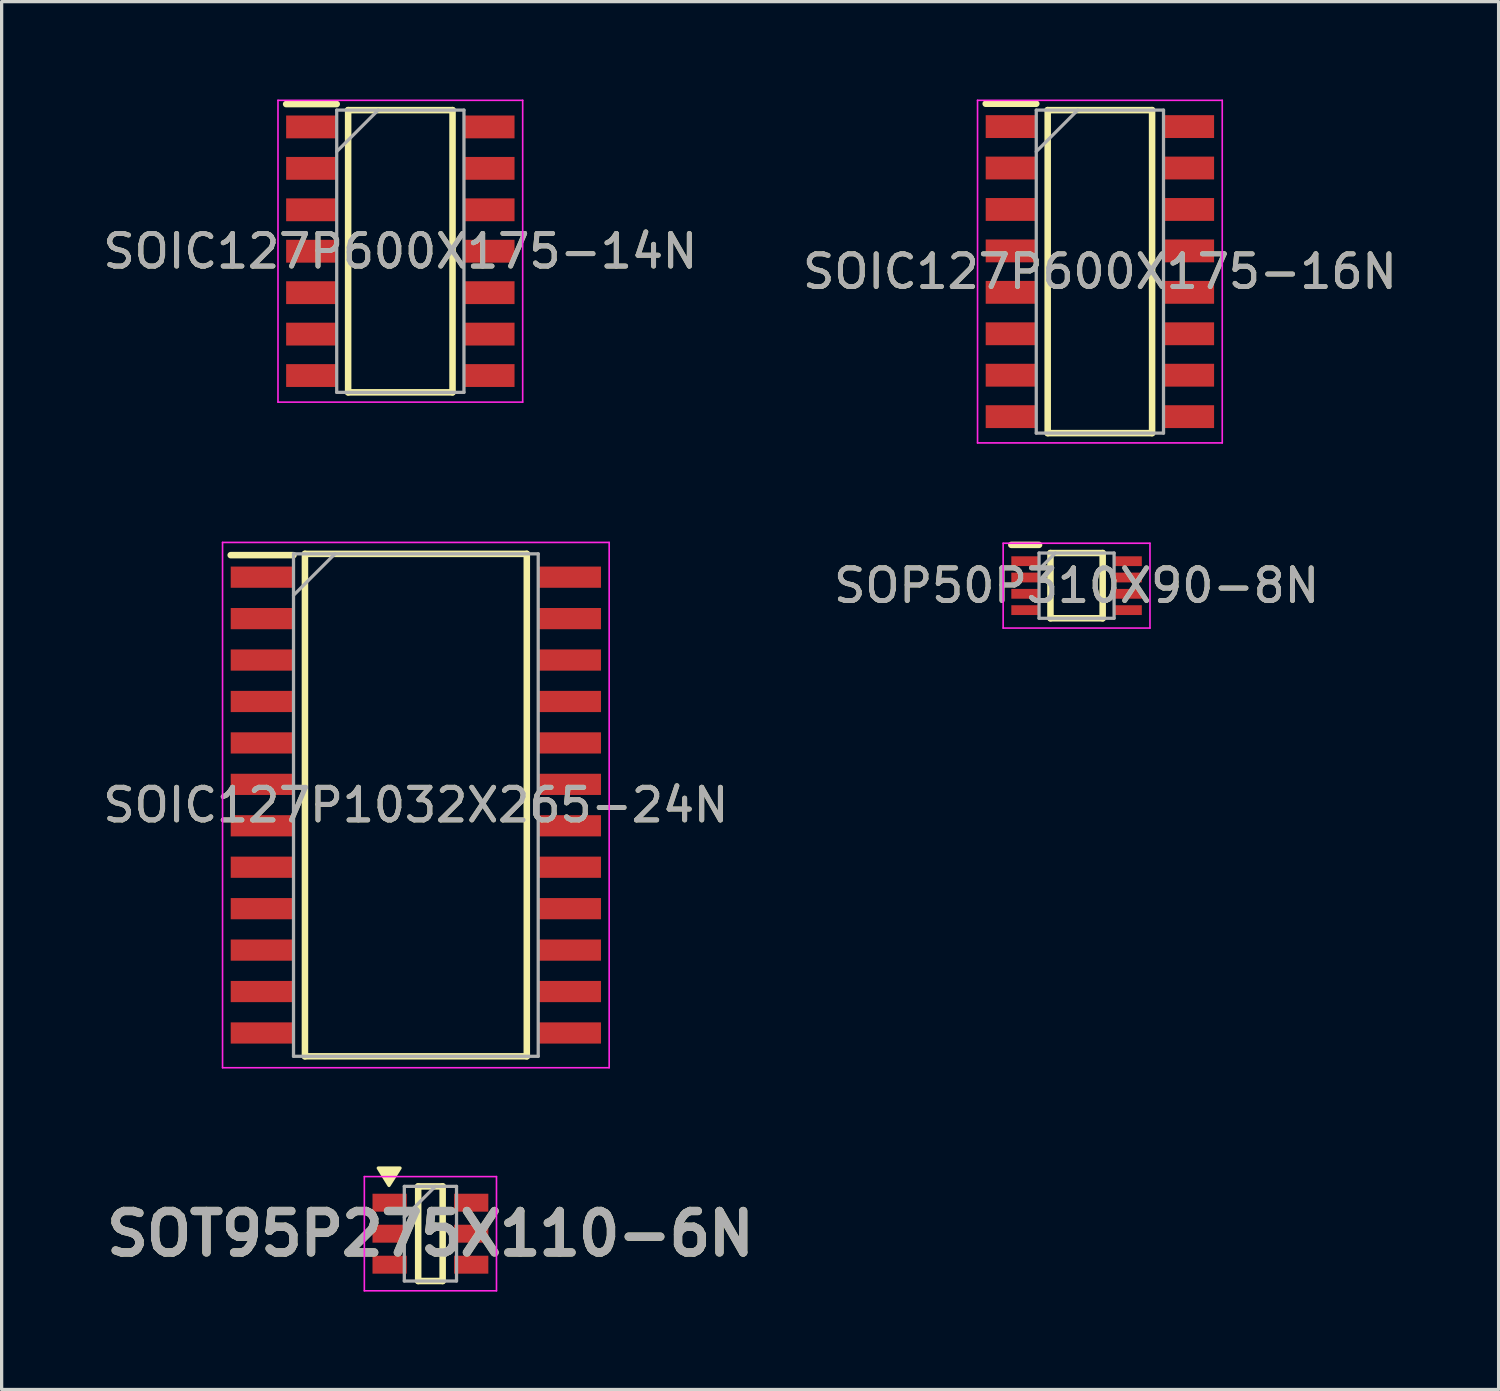
<source format=kicad_pcb>
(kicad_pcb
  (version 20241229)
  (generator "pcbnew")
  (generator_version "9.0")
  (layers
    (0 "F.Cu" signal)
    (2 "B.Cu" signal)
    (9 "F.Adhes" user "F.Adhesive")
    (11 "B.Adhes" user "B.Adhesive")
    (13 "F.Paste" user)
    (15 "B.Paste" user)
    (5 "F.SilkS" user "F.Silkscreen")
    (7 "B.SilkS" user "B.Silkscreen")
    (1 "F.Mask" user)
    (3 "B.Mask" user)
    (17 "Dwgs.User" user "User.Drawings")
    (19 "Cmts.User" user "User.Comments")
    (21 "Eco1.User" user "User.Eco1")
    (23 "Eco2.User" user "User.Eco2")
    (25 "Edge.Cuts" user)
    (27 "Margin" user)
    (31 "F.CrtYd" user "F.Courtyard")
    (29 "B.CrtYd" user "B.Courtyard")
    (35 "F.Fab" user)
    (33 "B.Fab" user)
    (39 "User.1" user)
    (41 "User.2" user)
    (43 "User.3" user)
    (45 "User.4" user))
  (footprint "SOP50P310X90-8N"
    (layer "F.Cu")
    (at 29.946 14.9)
    (property "Reference" "SOP50P310X90-8N" (at 0 0 0) (layer "F.SilkS") (effects (font (size 1 1) (thickness 0.15))))
    (attr smd)
    (fp_line (start -2 -1.25) (end -1.15 -1.25) (stroke (width 0.2) (type solid)) (layer "F.SilkS"))
    (fp_line (start -0.8 -1) (end 0.8 -1) (stroke (width 0.2) (type solid)) (layer "F.SilkS"))
    (fp_line (start -0.8 1) (end -0.8 -1) (stroke (width 0.2) (type solid)) (layer "F.SilkS"))
    (fp_line (start 0.8 -1) (end 0.8 1) (stroke (width 0.2) (type solid)) (layer "F.SilkS"))
    (fp_line (start 0.8 1) (end -0.8 1) (stroke (width 0.2) (type solid)) (layer "F.SilkS"))
    (fp_line (start -2.25 -1.3) (end 2.25 -1.3) (stroke (width 0.05) (type solid)) (layer "F.CrtYd"))
    (fp_line (start -2.25 1.3) (end -2.25 -1.3) (stroke (width 0.05) (type solid)) (layer "F.CrtYd"))
    (fp_line (start 2.25 -1.3) (end 2.25 1.3) (stroke (width 0.05) (type solid)) (layer "F.CrtYd"))
    (fp_line (start 2.25 1.3) (end -2.25 1.3) (stroke (width 0.05) (type solid)) (layer "F.CrtYd"))
    (fp_line (start -1.15 -1) (end 1.15 -1) (stroke (width 0.1) (type solid)) (layer "F.Fab"))
    (fp_line (start -1.15 -0.5) (end -0.65 -1) (stroke (width 0.1) (type solid)) (layer "F.Fab"))
    (fp_line (start -1.15 1) (end -1.15 -1) (stroke (width 0.1) (type solid)) (layer "F.Fab"))
    (fp_line (start 1.15 -1) (end 1.15 1) (stroke (width 0.1) (type solid)) (layer "F.Fab"))
    (fp_line (start 1.15 1) (end -1.15 1) (stroke (width 0.1) (type solid)) (layer "F.Fab"))
    (fp_text user "${REFERENCE}" (at 0 0 0) (layer "F.Fab") (effects (font (size 1 1) (thickness 0.15))))
    (pad "1" smd rect (at -1.575 -0.75 90) (size 0.3 0.85) (layers "F.Cu" "F.Mask" "F.Paste"))
    (pad "2" smd rect (at -1.575 -0.25 90) (size 0.3 0.85) (layers "F.Cu" "F.Mask" "F.Paste"))
    (pad "3" smd rect (at -1.575 0.25 90) (size 0.3 0.85) (layers "F.Cu" "F.Mask" "F.Paste"))
    (pad "4" smd rect (at -1.575 0.75 90) (size 0.3 0.85) (layers "F.Cu" "F.Mask" "F.Paste"))
    (pad "5" smd rect (at 1.575 0.75 90) (size 0.3 0.85) (layers "F.Cu" "F.Mask" "F.Paste"))
    (pad "6" smd rect (at 1.575 0.25 90) (size 0.3 0.85) (layers "F.Cu" "F.Mask" "F.Paste"))
    (pad "7" smd rect (at 1.575 -0.25 90) (size 0.3 0.85) (layers "F.Cu" "F.Mask" "F.Paste"))
    (pad "8" smd rect (at 1.575 -0.75 90) (size 0.3 0.85) (layers "F.Cu" "F.Mask" "F.Paste")))
  (footprint "SOIC127P600X175-16N"
    (layer "F.Cu")
    (at 30.661 5.275)
    (property "Reference" "SOIC127P600X175-16N" (at 0 0 0) (layer "F.SilkS") (effects (font (size 1 1) (thickness 0.15))))
    (attr smd)
    (fp_line (start -3.5 -5.145) (end -1.95 -5.145) (stroke (width 0.2) (type solid)) (layer "F.SilkS"))
    (fp_line (start -1.6 -4.95) (end 1.6 -4.95) (stroke (width 0.2) (type solid)) (layer "F.SilkS"))
    (fp_line (start -1.6 4.95) (end -1.6 -4.95) (stroke (width 0.2) (type solid)) (layer "F.SilkS"))
    (fp_line (start 1.6 -4.95) (end 1.6 4.95) (stroke (width 0.2) (type solid)) (layer "F.SilkS"))
    (fp_line (start 1.6 4.95) (end -1.6 4.95) (stroke (width 0.2) (type solid)) (layer "F.SilkS"))
    (fp_line (start -3.75 -5.25) (end 3.75 -5.25) (stroke (width 0.05) (type solid)) (layer "F.CrtYd"))
    (fp_line (start -3.75 5.25) (end -3.75 -5.25) (stroke (width 0.05) (type solid)) (layer "F.CrtYd"))
    (fp_line (start 3.75 -5.25) (end 3.75 5.25) (stroke (width 0.05) (type solid)) (layer "F.CrtYd"))
    (fp_line (start 3.75 5.25) (end -3.75 5.25) (stroke (width 0.05) (type solid)) (layer "F.CrtYd"))
    (fp_line (start -1.95 -4.95) (end 1.95 -4.95) (stroke (width 0.1) (type solid)) (layer "F.Fab"))
    (fp_line (start -1.95 -3.68) (end -0.68 -4.95) (stroke (width 0.1) (type solid)) (layer "F.Fab"))
    (fp_line (start -1.95 4.95) (end -1.95 -4.95) (stroke (width 0.1) (type solid)) (layer "F.Fab"))
    (fp_line (start 1.95 -4.95) (end 1.95 4.95) (stroke (width 0.1) (type solid)) (layer "F.Fab"))
    (fp_line (start 1.95 4.95) (end -1.95 4.95) (stroke (width 0.1) (type solid)) (layer "F.Fab"))
    (fp_text user "${REFERENCE}" (at 0 0 0) (layer "F.Fab") (effects (font (size 1 1) (thickness 0.15))))
    (pad "1" smd rect (at -2.725 -4.445 90) (size 0.7 1.55) (layers "F.Cu" "F.Mask" "F.Paste"))
    (pad "2" smd rect (at -2.725 -3.175 90) (size 0.7 1.55) (layers "F.Cu" "F.Mask" "F.Paste"))
    (pad "3" smd rect (at -2.725 -1.905 90) (size 0.7 1.55) (layers "F.Cu" "F.Mask" "F.Paste"))
    (pad "4" smd rect (at -2.725 -0.635 90) (size 0.7 1.55) (layers "F.Cu" "F.Mask" "F.Paste"))
    (pad "5" smd rect (at -2.725 0.635 90) (size 0.7 1.55) (layers "F.Cu" "F.Mask" "F.Paste"))
    (pad "6" smd rect (at -2.725 1.905 90) (size 0.7 1.55) (layers "F.Cu" "F.Mask" "F.Paste"))
    (pad "7" smd rect (at -2.725 3.175 90) (size 0.7 1.55) (layers "F.Cu" "F.Mask" "F.Paste"))
    (pad "8" smd rect (at -2.725 4.445 90) (size 0.7 1.55) (layers "F.Cu" "F.Mask" "F.Paste"))
    (pad "9" smd rect (at 2.725 4.445 90) (size 0.7 1.55) (layers "F.Cu" "F.Mask" "F.Paste"))
    (pad "10" smd rect (at 2.725 3.175 90) (size 0.7 1.55) (layers "F.Cu" "F.Mask" "F.Paste"))
    (pad "11" smd rect (at 2.725 1.905 90) (size 0.7 1.55) (layers "F.Cu" "F.Mask" "F.Paste"))
    (pad "12" smd rect (at 2.725 0.635 90) (size 0.7 1.55) (layers "F.Cu" "F.Mask" "F.Paste"))
    (pad "13" smd rect (at 2.725 -0.635 90) (size 0.7 1.55) (layers "F.Cu" "F.Mask" "F.Paste"))
    (pad "14" smd rect (at 2.725 -1.905 90) (size 0.7 1.55) (layers "F.Cu" "F.Mask" "F.Paste"))
    (pad "15" smd rect (at 2.725 -3.175 90) (size 0.7 1.55) (layers "F.Cu" "F.Mask" "F.Paste"))
    (pad "16" smd rect (at 2.725 -4.445 90) (size 0.7 1.55) (layers "F.Cu" "F.Mask" "F.Paste")))
  (footprint "SOT95P275X110-6N"
    (layer "F.Cu")
    (at 10.142 34.762)
    (property "Reference" "SOT95P275X110-6N" (at 0 0 0) (layer "F.SilkS") (effects (font (size 1.27 1.27) (thickness 0.254))))
    (attr smd)
    (fp_line (start -0.375 -1.45) (end 0.375 -1.45) (stroke (width 0.2) (type solid)) (layer "F.SilkS"))
    (fp_line (start -0.375 1.45) (end -0.375 -1.45) (stroke (width 0.2) (type solid)) (layer "F.SilkS"))
    (fp_line (start 0.375 -1.45) (end 0.375 1.45) (stroke (width 0.2) (type solid)) (layer "F.SilkS"))
    (fp_line (start 0.375 1.45) (end -0.375 1.45) (stroke (width 0.2) (type solid)) (layer "F.SilkS"))
    (fp_poly (pts (xy -1.269 -1.479) (xy -1.598 -2.012) (xy -0.931 -2.012)) (stroke (width 0.1) (type solid)) (fill yes) (layer "F.SilkS"))
    (fp_line (start -2.025 -1.75) (end 2.025 -1.75) (stroke (width 0.05) (type solid)) (layer "F.CrtYd"))
    (fp_line (start -2.025 1.75) (end -2.025 -1.75) (stroke (width 0.05) (type solid)) (layer "F.CrtYd"))
    (fp_line (start 2.025 -1.75) (end 2.025 1.75) (stroke (width 0.05) (type solid)) (layer "F.CrtYd"))
    (fp_line (start 2.025 1.75) (end -2.025 1.75) (stroke (width 0.05) (type solid)) (layer "F.CrtYd"))
    (fp_line (start -0.8 -1.45) (end 0.8 -1.45) (stroke (width 0.1) (type solid)) (layer "F.Fab"))
    (fp_line (start -0.8 -0.5) (end 0.15 -1.45) (stroke (width 0.1) (type solid)) (layer "F.Fab"))
    (fp_line (start -0.8 1.45) (end -0.8 -1.45) (stroke (width 0.1) (type solid)) (layer "F.Fab"))
    (fp_line (start 0.8 -1.45) (end 0.8 1.45) (stroke (width 0.1) (type solid)) (layer "F.Fab"))
    (fp_line (start 0.8 1.45) (end -0.8 1.45) (stroke (width 0.1) (type solid)) (layer "F.Fab"))
    (fp_text user "${REFERENCE}" (at 0 0 0) (layer "F.Fab") (effects (font (size 1.27 1.27) (thickness 0.254))))
    (pad "1" smd rect (at -1.25 -0.95 90) (size 0.55 1.05) (layers "F.Cu" "F.Mask" "F.Paste"))
    (pad "2" smd rect (at -1.25 0 90) (size 0.55 1.05) (layers "F.Cu" "F.Mask" "F.Paste"))
    (pad "3" smd rect (at -1.25 0.95 90) (size 0.55 1.05) (layers "F.Cu" "F.Mask" "F.Paste"))
    (pad "4" smd rect (at 1.25 0.95 90) (size 0.55 1.05) (layers "F.Cu" "F.Mask" "F.Paste"))
    (pad "5" smd rect (at 1.25 0 90) (size 0.55 1.05) (layers "F.Cu" "F.Mask" "F.Paste"))
    (pad "6" smd rect (at 1.25 -0.95 90) (size 0.55 1.05) (layers "F.Cu" "F.Mask" "F.Paste")))
  (footprint "SOIC127P1032X265-24N"
    (layer "F.Cu")
    (at 9.696 21.625)
    (property "Reference" "SOIC127P1032X265-24N" (at 0 0 0) (layer "F.SilkS") (effects (font (size 1 1) (thickness 0.15))))
    (attr smd)
    (fp_line (start -5.675 -7.66) (end -3.75 -7.66) (stroke (width 0.2) (type solid)) (layer "F.SilkS"))
    (fp_line (start -3.4 -7.7) (end 3.4 -7.7) (stroke (width 0.2) (type solid)) (layer "F.SilkS"))
    (fp_line (start -3.4 7.7) (end -3.4 -7.7) (stroke (width 0.2) (type solid)) (layer "F.SilkS"))
    (fp_line (start 3.4 -7.7) (end 3.4 7.7) (stroke (width 0.2) (type solid)) (layer "F.SilkS"))
    (fp_line (start 3.4 7.7) (end -3.4 7.7) (stroke (width 0.2) (type solid)) (layer "F.SilkS"))
    (fp_line (start -5.925 -8.05) (end 5.925 -8.05) (stroke (width 0.05) (type solid)) (layer "F.CrtYd"))
    (fp_line (start -5.925 8.05) (end -5.925 -8.05) (stroke (width 0.05) (type solid)) (layer "F.CrtYd"))
    (fp_line (start 5.925 -8.05) (end 5.925 8.05) (stroke (width 0.05) (type solid)) (layer "F.CrtYd"))
    (fp_line (start 5.925 8.05) (end -5.925 8.05) (stroke (width 0.05) (type solid)) (layer "F.CrtYd"))
    (fp_line (start -3.75 -7.7) (end 3.75 -7.7) (stroke (width 0.1) (type solid)) (layer "F.Fab"))
    (fp_line (start -3.75 -6.43) (end -2.48 -7.7) (stroke (width 0.1) (type solid)) (layer "F.Fab"))
    (fp_line (start -3.75 7.7) (end -3.75 -7.7) (stroke (width 0.1) (type solid)) (layer "F.Fab"))
    (fp_line (start 3.75 -7.7) (end 3.75 7.7) (stroke (width 0.1) (type solid)) (layer "F.Fab"))
    (fp_line (start 3.75 7.7) (end -3.75 7.7) (stroke (width 0.1) (type solid)) (layer "F.Fab"))
    (fp_text user "${REFERENCE}" (at 0 0 0) (layer "F.Fab") (effects (font (size 1 1) (thickness 0.15))))
    (pad "1" smd rect (at -4.712 -6.985 90) (size 0.65 1.925) (layers "F.Cu" "F.Mask" "F.Paste"))
    (pad "2" smd rect (at -4.712 -5.715 90) (size 0.65 1.925) (layers "F.Cu" "F.Mask" "F.Paste"))
    (pad "3" smd rect (at -4.712 -4.445 90) (size 0.65 1.925) (layers "F.Cu" "F.Mask" "F.Paste"))
    (pad "4" smd rect (at -4.712 -3.175 90) (size 0.65 1.925) (layers "F.Cu" "F.Mask" "F.Paste"))
    (pad "5" smd rect (at -4.712 -1.905 90) (size 0.65 1.925) (layers "F.Cu" "F.Mask" "F.Paste"))
    (pad "6" smd rect (at -4.712 -0.635 90) (size 0.65 1.925) (layers "F.Cu" "F.Mask" "F.Paste"))
    (pad "7" smd rect (at -4.712 0.635 90) (size 0.65 1.925) (layers "F.Cu" "F.Mask" "F.Paste"))
    (pad "8" smd rect (at -4.712 1.905 90) (size 0.65 1.925) (layers "F.Cu" "F.Mask" "F.Paste"))
    (pad "9" smd rect (at -4.712 3.175 90) (size 0.65 1.925) (layers "F.Cu" "F.Mask" "F.Paste"))
    (pad "10" smd rect (at -4.712 4.445 90) (size 0.65 1.925) (layers "F.Cu" "F.Mask" "F.Paste"))
    (pad "11" smd rect (at -4.712 5.715 90) (size 0.65 1.925) (layers "F.Cu" "F.Mask" "F.Paste"))
    (pad "12" smd rect (at -4.712 6.985 90) (size 0.65 1.925) (layers "F.Cu" "F.Mask" "F.Paste"))
    (pad "13" smd rect (at 4.712 6.985 90) (size 0.65 1.925) (layers "F.Cu" "F.Mask" "F.Paste"))
    (pad "14" smd rect (at 4.712 5.715 90) (size 0.65 1.925) (layers "F.Cu" "F.Mask" "F.Paste"))
    (pad "15" smd rect (at 4.712 4.445 90) (size 0.65 1.925) (layers "F.Cu" "F.Mask" "F.Paste"))
    (pad "16" smd rect (at 4.712 3.175 90) (size 0.65 1.925) (layers "F.Cu" "F.Mask" "F.Paste"))
    (pad "17" smd rect (at 4.712 1.905 90) (size 0.65 1.925) (layers "F.Cu" "F.Mask" "F.Paste"))
    (pad "18" smd rect (at 4.712 0.635 90) (size 0.65 1.925) (layers "F.Cu" "F.Mask" "F.Paste"))
    (pad "19" smd rect (at 4.712 -0.635 90) (size 0.65 1.925) (layers "F.Cu" "F.Mask" "F.Paste"))
    (pad "20" smd rect (at 4.712 -1.905 90) (size 0.65 1.925) (layers "F.Cu" "F.Mask" "F.Paste"))
    (pad "21" smd rect (at 4.712 -3.175 90) (size 0.65 1.925) (layers "F.Cu" "F.Mask" "F.Paste"))
    (pad "22" smd rect (at 4.712 -4.445 90) (size 0.65 1.925) (layers "F.Cu" "F.Mask" "F.Paste"))
    (pad "23" smd rect (at 4.712 -5.715 90) (size 0.65 1.925) (layers "F.Cu" "F.Mask" "F.Paste"))
    (pad "24" smd rect (at 4.712 -6.985 90) (size 0.65 1.925) (layers "F.Cu" "F.Mask" "F.Paste")))
  (footprint "SOIC127P600X175-14N"
    (layer "F.Cu")
    (at 9.22 4.65)
    (property "Reference" "SOIC127P600X175-14N" (at 0 0 0) (layer "F.SilkS") (effects (font (size 1 1) (thickness 0.15))))
    (attr smd)
    (fp_line (start -3.5 -4.51) (end -1.95 -4.51) (stroke (width 0.2) (type solid)) (layer "F.SilkS"))
    (fp_line (start -1.6 -4.325) (end 1.6 -4.325) (stroke (width 0.2) (type solid)) (layer "F.SilkS"))
    (fp_line (start -1.6 4.325) (end -1.6 -4.325) (stroke (width 0.2) (type solid)) (layer "F.SilkS"))
    (fp_line (start 1.6 -4.325) (end 1.6 4.325) (stroke (width 0.2) (type solid)) (layer "F.SilkS"))
    (fp_line (start 1.6 4.325) (end -1.6 4.325) (stroke (width 0.2) (type solid)) (layer "F.SilkS"))
    (fp_line (start -3.75 -4.625) (end 3.75 -4.625) (stroke (width 0.05) (type solid)) (layer "F.CrtYd"))
    (fp_line (start -3.75 4.625) (end -3.75 -4.625) (stroke (width 0.05) (type solid)) (layer "F.CrtYd"))
    (fp_line (start 3.75 -4.625) (end 3.75 4.625) (stroke (width 0.05) (type solid)) (layer "F.CrtYd"))
    (fp_line (start 3.75 4.625) (end -3.75 4.625) (stroke (width 0.05) (type solid)) (layer "F.CrtYd"))
    (fp_line (start -1.95 -4.325) (end 1.95 -4.325) (stroke (width 0.1) (type solid)) (layer "F.Fab"))
    (fp_line (start -1.95 -3.055) (end -0.68 -4.325) (stroke (width 0.1) (type solid)) (layer "F.Fab"))
    (fp_line (start -1.95 4.325) (end -1.95 -4.325) (stroke (width 0.1) (type solid)) (layer "F.Fab"))
    (fp_line (start 1.95 -4.325) (end 1.95 4.325) (stroke (width 0.1) (type solid)) (layer "F.Fab"))
    (fp_line (start 1.95 4.325) (end -1.95 4.325) (stroke (width 0.1) (type solid)) (layer "F.Fab"))
    (fp_text user "${REFERENCE}" (at 0 0 0) (layer "F.Fab") (effects (font (size 1 1) (thickness 0.15))))
    (pad "1" smd rect (at -2.725 -3.81 90) (size 0.7 1.55) (layers "F.Cu" "F.Mask" "F.Paste"))
    (pad "2" smd rect (at -2.725 -2.54 90) (size 0.7 1.55) (layers "F.Cu" "F.Mask" "F.Paste"))
    (pad "3" smd rect (at -2.725 -1.27 90) (size 0.7 1.55) (layers "F.Cu" "F.Mask" "F.Paste"))
    (pad "4" smd rect (at -2.725 0 90) (size 0.7 1.55) (layers "F.Cu" "F.Mask" "F.Paste"))
    (pad "5" smd rect (at -2.725 1.27 90) (size 0.7 1.55) (layers "F.Cu" "F.Mask" "F.Paste"))
    (pad "6" smd rect (at -2.725 2.54 90) (size 0.7 1.55) (layers "F.Cu" "F.Mask" "F.Paste"))
    (pad "7" smd rect (at -2.725 3.81 90) (size 0.7 1.55) (layers "F.Cu" "F.Mask" "F.Paste"))
    (pad "8" smd rect (at 2.725 3.81 90) (size 0.7 1.55) (layers "F.Cu" "F.Mask" "F.Paste"))
    (pad "9" smd rect (at 2.725 2.54 90) (size 0.7 1.55) (layers "F.Cu" "F.Mask" "F.Paste"))
    (pad "10" smd rect (at 2.725 1.27 90) (size 0.7 1.55) (layers "F.Cu" "F.Mask" "F.Paste"))
    (pad "11" smd rect (at 2.725 0 90) (size 0.7 1.55) (layers "F.Cu" "F.Mask" "F.Paste"))
    (pad "12" smd rect (at 2.725 -1.27 90) (size 0.7 1.55) (layers "F.Cu" "F.Mask" "F.Paste"))
    (pad "13" smd rect (at 2.725 -2.54 90) (size 0.7 1.55) (layers "F.Cu" "F.Mask" "F.Paste"))
    (pad "14" smd rect (at 2.725 -3.81 90) (size 0.7 1.55) (layers "F.Cu" "F.Mask" "F.Paste")))
  (gr_rect
    (start -3 -3)
    (end 42.881 39.537)
    (stroke (width 0.1) (type default))
    (fill no)
    (layer "Edge.Cuts")))
</source>
